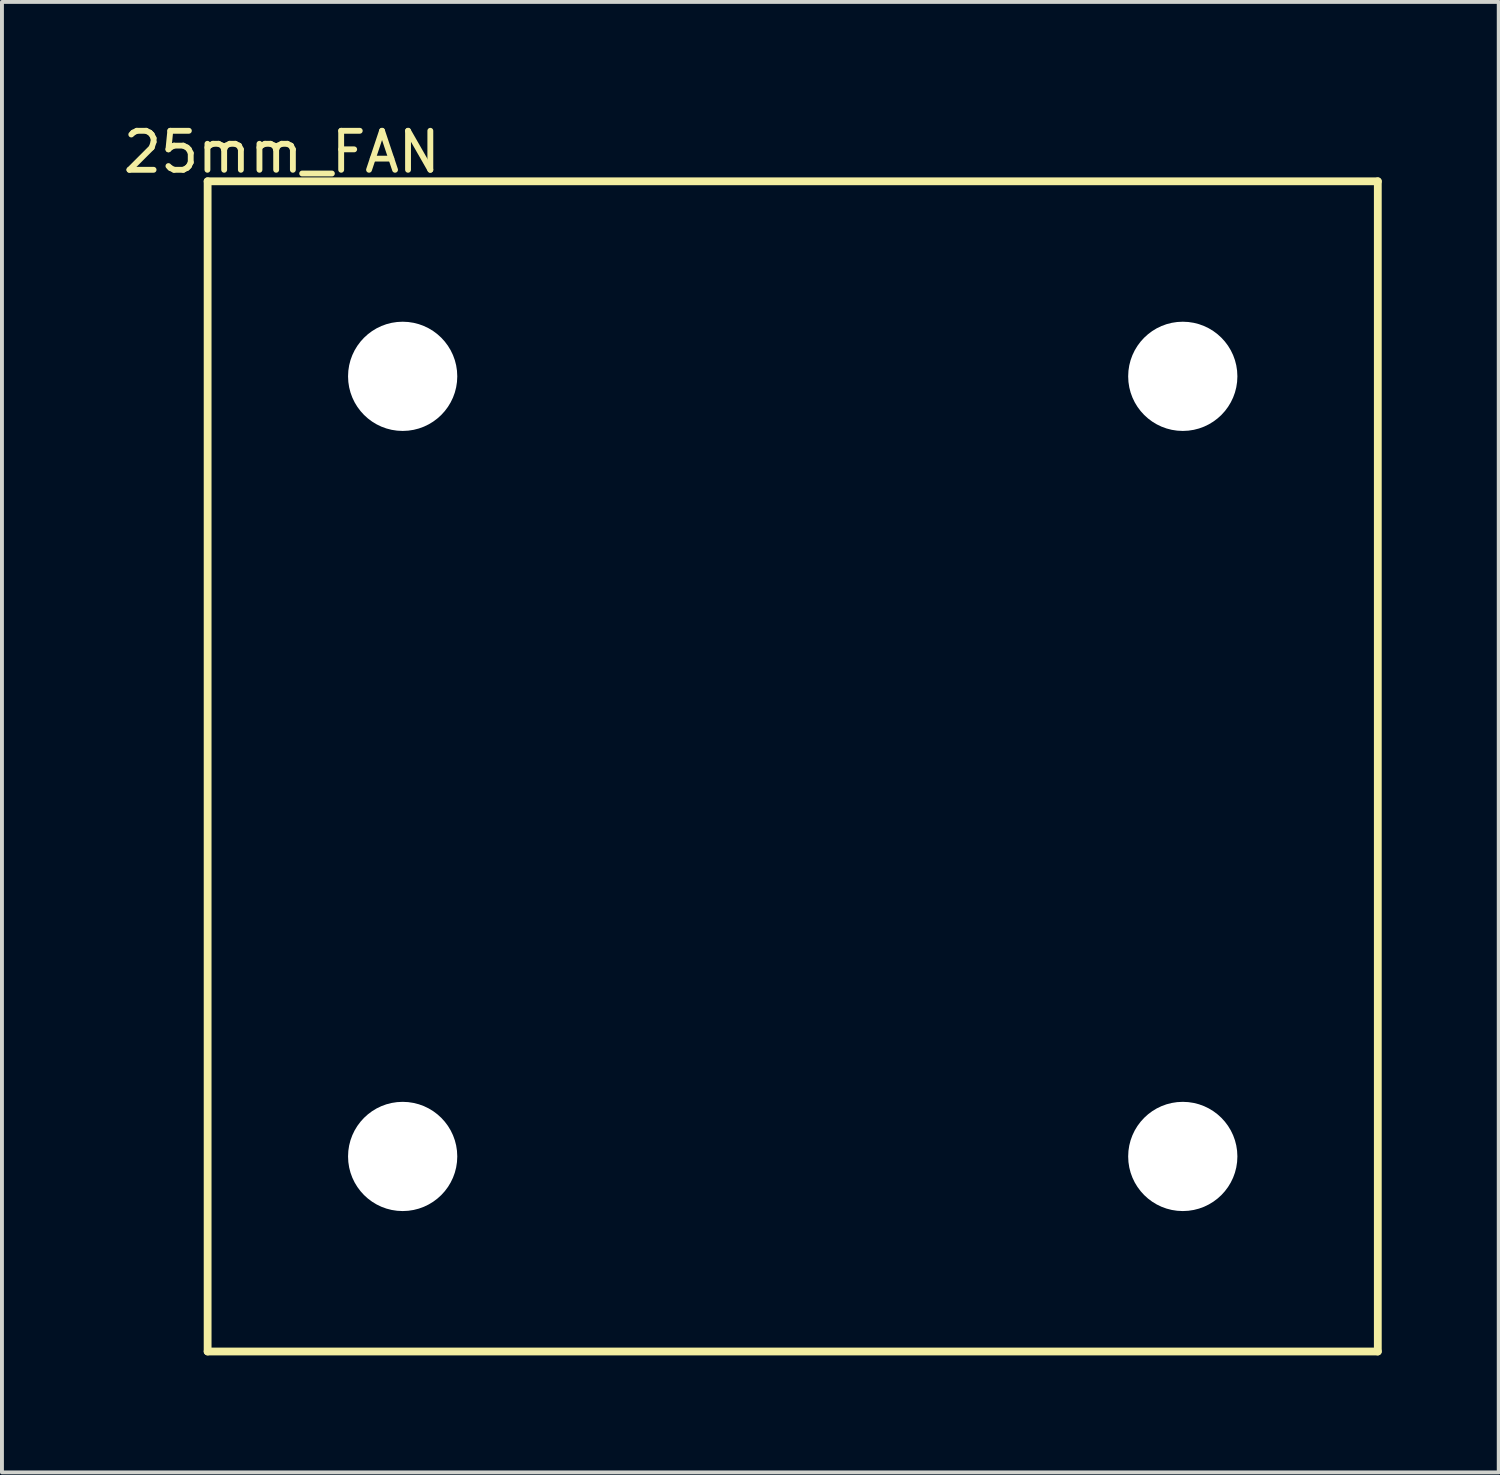
<source format=kicad_pcb>
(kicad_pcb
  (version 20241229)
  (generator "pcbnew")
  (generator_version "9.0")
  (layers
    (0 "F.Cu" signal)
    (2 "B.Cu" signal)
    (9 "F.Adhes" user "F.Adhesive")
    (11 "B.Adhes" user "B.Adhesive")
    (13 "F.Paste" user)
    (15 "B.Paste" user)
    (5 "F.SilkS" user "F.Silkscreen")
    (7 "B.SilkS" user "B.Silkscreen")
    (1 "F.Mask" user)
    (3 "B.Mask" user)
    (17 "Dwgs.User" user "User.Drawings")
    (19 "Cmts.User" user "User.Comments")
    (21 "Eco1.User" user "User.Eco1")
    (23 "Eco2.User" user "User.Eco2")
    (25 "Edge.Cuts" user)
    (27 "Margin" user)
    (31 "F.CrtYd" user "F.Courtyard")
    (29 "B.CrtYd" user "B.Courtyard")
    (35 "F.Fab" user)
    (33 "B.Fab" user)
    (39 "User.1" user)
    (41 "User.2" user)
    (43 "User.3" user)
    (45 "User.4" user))
  (footprint "25mm_FAN"
    (layer "F.Cu")
    (at 17.273 16.598)
    (property "Reference" "25mm_FAN" (at -13.1 -15.75 0) (layer "F.SilkS") (effects (font (size 1 1) (thickness 0.15))))
    (attr through_hole)
    (fp_line (start -15 15) (end -15 -15) (stroke (width 0.2) (type solid)) (layer "F.SilkS"))
    (fp_line (start 15 -15) (end -15 -15) (stroke (width 0.2) (type solid)) (layer "F.SilkS"))
    (fp_line (start 15 15) (end -15 15) (stroke (width 0.2) (type solid)) (layer "F.SilkS"))
    (fp_line (start 15 15) (end 15 -15) (stroke (width 0.2) (type solid)) (layer "F.SilkS"))
    (pad "" np_thru_hole circle (at -10 -10) (size 2.8 2.8) (drill 2.8) (layers "*.Cu" "*.Mask"))
    (pad "" np_thru_hole circle (at -10 10) (size 2.8 2.8) (drill 2.8) (layers "*.Cu" "*.Mask"))
    (pad "" np_thru_hole circle (at 10 -10) (size 2.8 2.8) (drill 2.8) (layers "*.Cu" "*.Mask"))
    (pad "" np_thru_hole circle (at 10 10) (size 2.8 2.8) (drill 2.8) (layers "*.Cu" "*.Mask")))
  (gr_rect
    (start -3 -3)
    (end 35.373 34.698)
    (stroke (width 0.1) (type default))
    (fill no)
    (layer "Edge.Cuts")))
</source>
